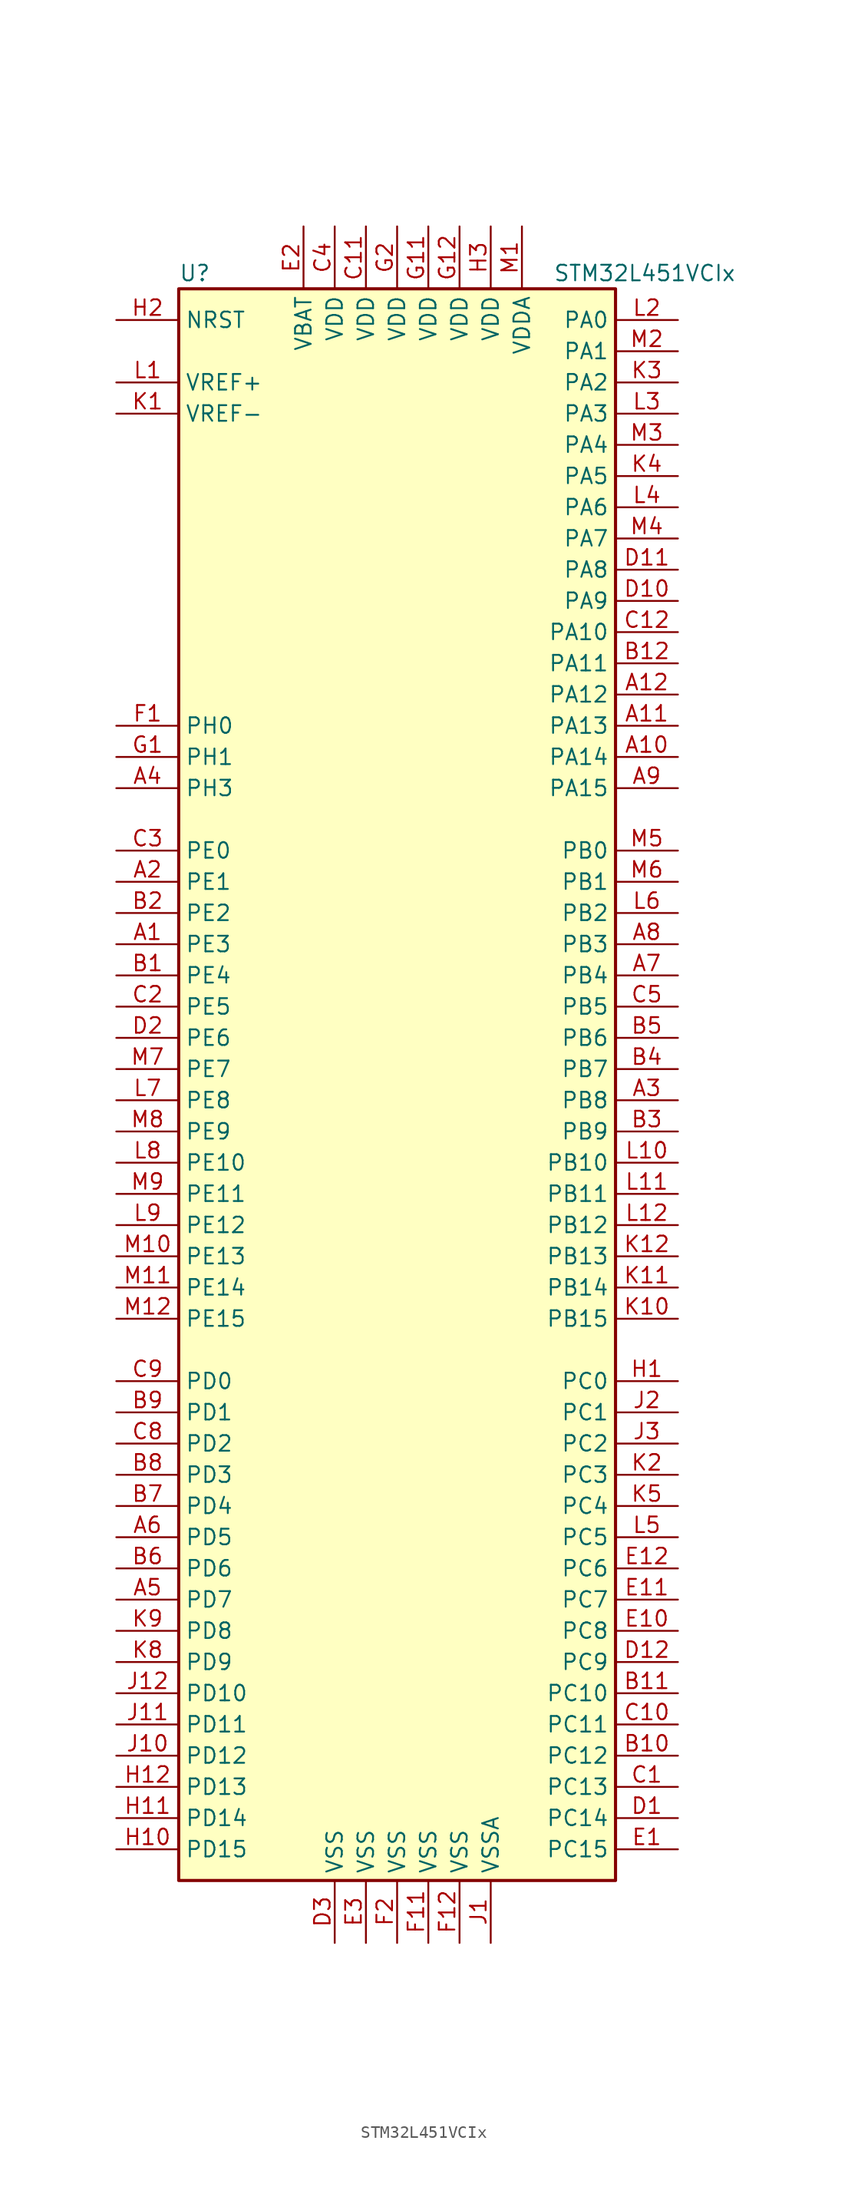
<source format=kicad_sym>
(kicad_symbol_lib
  (version 20201005)
  (generator kicad_symbol_editor)
  (symbol "STM32L451VCIx"
    (property "Reference" "U"
      (at -17.78 64.77 0)
      (effects (font (size 1.27 1.27)) (justify left)))
    (property "Value" "STM32L451VCIx"
      (at 12.7 64.77 0)
      (effects (font (size 1.27 1.27)) (justify left)))
    (symbol "STM32L451VCIx_0_1"
      (rectangle (start -17.78 -66.04) (end 17.78 63.5) (stroke (width 0.254)) (fill (type background))))
    (symbol "STM32L451VCIx_1_1"
      (pin bidirectional line (at -22.86 10.16 0) (length 5.08) (name "PE3" (effects (font (size 1.27 1.27)))) (number "A1" (effects (font (size 1.27 1.27)))))
      (pin bidirectional line (at 22.86 25.4 180) (length 5.08) (name "PA14" (effects (font (size 1.27 1.27)))) (number "A10" (effects (font (size 1.27 1.27)))))
      (pin bidirectional line (at 22.86 27.94 180) (length 5.08) (name "PA13" (effects (font (size 1.27 1.27)))) (number "A11" (effects (font (size 1.27 1.27)))))
      (pin bidirectional line (at 22.86 30.48 180) (length 5.08) (name "PA12" (effects (font (size 1.27 1.27)))) (number "A12" (effects (font (size 1.27 1.27)))))
      (pin bidirectional line (at -22.86 15.24 0) (length 5.08) (name "PE1" (effects (font (size 1.27 1.27)))) (number "A2" (effects (font (size 1.27 1.27)))))
      (pin bidirectional line (at 22.86 -2.54 180) (length 5.08) (name "PB8" (effects (font (size 1.27 1.27)))) (number "A3" (effects (font (size 1.27 1.27)))))
      (pin bidirectional line (at -22.86 22.86 0) (length 5.08) (name "PH3" (effects (font (size 1.27 1.27)))) (number "A4" (effects (font (size 1.27 1.27)))))
      (pin bidirectional line (at -22.86 -43.18 0) (length 5.08) (name "PD7" (effects (font (size 1.27 1.27)))) (number "A5" (effects (font (size 1.27 1.27)))))
      (pin bidirectional line (at -22.86 -38.1 0) (length 5.08) (name "PD5" (effects (font (size 1.27 1.27)))) (number "A6" (effects (font (size 1.27 1.27)))))
      (pin bidirectional line (at 22.86 7.62 180) (length 5.08) (name "PB4" (effects (font (size 1.27 1.27)))) (number "A7" (effects (font (size 1.27 1.27)))))
      (pin bidirectional line (at 22.86 10.16 180) (length 5.08) (name "PB3" (effects (font (size 1.27 1.27)))) (number "A8" (effects (font (size 1.27 1.27)))))
      (pin bidirectional line (at 22.86 22.86 180) (length 5.08) (name "PA15" (effects (font (size 1.27 1.27)))) (number "A9" (effects (font (size 1.27 1.27)))))
      (pin bidirectional line (at -22.86 7.62 0) (length 5.08) (name "PE4" (effects (font (size 1.27 1.27)))) (number "B1" (effects (font (size 1.27 1.27)))))
      (pin bidirectional line (at 22.86 -55.88 180) (length 5.08) (name "PC12" (effects (font (size 1.27 1.27)))) (number "B10" (effects (font (size 1.27 1.27)))))
      (pin bidirectional line (at 22.86 -50.8 180) (length 5.08) (name "PC10" (effects (font (size 1.27 1.27)))) (number "B11" (effects (font (size 1.27 1.27)))))
      (pin bidirectional line (at 22.86 33.02 180) (length 5.08) (name "PA11" (effects (font (size 1.27 1.27)))) (number "B12" (effects (font (size 1.27 1.27)))))
      (pin bidirectional line (at -22.86 12.7 0) (length 5.08) (name "PE2" (effects (font (size 1.27 1.27)))) (number "B2" (effects (font (size 1.27 1.27)))))
      (pin bidirectional line (at 22.86 -5.08 180) (length 5.08) (name "PB9" (effects (font (size 1.27 1.27)))) (number "B3" (effects (font (size 1.27 1.27)))))
      (pin bidirectional line (at 22.86 0 180) (length 5.08) (name "PB7" (effects (font (size 1.27 1.27)))) (number "B4" (effects (font (size 1.27 1.27)))))
      (pin bidirectional line (at 22.86 2.54 180) (length 5.08) (name "PB6" (effects (font (size 1.27 1.27)))) (number "B5" (effects (font (size 1.27 1.27)))))
      (pin bidirectional line (at -22.86 -40.64 0) (length 5.08) (name "PD6" (effects (font (size 1.27 1.27)))) (number "B6" (effects (font (size 1.27 1.27)))))
      (pin bidirectional line (at -22.86 -35.56 0) (length 5.08) (name "PD4" (effects (font (size 1.27 1.27)))) (number "B7" (effects (font (size 1.27 1.27)))))
      (pin bidirectional line (at -22.86 -33.02 0) (length 5.08) (name "PD3" (effects (font (size 1.27 1.27)))) (number "B8" (effects (font (size 1.27 1.27)))))
      (pin bidirectional line (at -22.86 -27.94 0) (length 5.08) (name "PD1" (effects (font (size 1.27 1.27)))) (number "B9" (effects (font (size 1.27 1.27)))))
      (pin bidirectional line (at 22.86 -58.42 180) (length 5.08) (name "PC13" (effects (font (size 1.27 1.27)))) (number "C1" (effects (font (size 1.27 1.27)))))
      (pin bidirectional line (at 22.86 -53.34 180) (length 5.08) (name "PC11" (effects (font (size 1.27 1.27)))) (number "C10" (effects (font (size 1.27 1.27)))))
      (pin power_in line (at -2.54 68.58 270) (length 5.08) (name "VDD" (effects (font (size 1.27 1.27)))) (number "C11" (effects (font (size 1.27 1.27)))))
      (pin bidirectional line (at 22.86 35.56 180) (length 5.08) (name "PA10" (effects (font (size 1.27 1.27)))) (number "C12" (effects (font (size 1.27 1.27)))))
      (pin bidirectional line (at -22.86 5.08 0) (length 5.08) (name "PE5" (effects (font (size 1.27 1.27)))) (number "C2" (effects (font (size 1.27 1.27)))))
      (pin bidirectional line (at -22.86 17.78 0) (length 5.08) (name "PE0" (effects (font (size 1.27 1.27)))) (number "C3" (effects (font (size 1.27 1.27)))))
      (pin power_in line (at -5.08 68.58 270) (length 5.08) (name "VDD" (effects (font (size 1.27 1.27)))) (number "C4" (effects (font (size 1.27 1.27)))))
      (pin bidirectional line (at 22.86 5.08 180) (length 5.08) (name "PB5" (effects (font (size 1.27 1.27)))) (number "C5" (effects (font (size 1.27 1.27)))))
      (pin bidirectional line (at -22.86 -30.48 0) (length 5.08) (name "PD2" (effects (font (size 1.27 1.27)))) (number "C8" (effects (font (size 1.27 1.27)))))
      (pin bidirectional line (at -22.86 -25.4 0) (length 5.08) (name "PD0" (effects (font (size 1.27 1.27)))) (number "C9" (effects (font (size 1.27 1.27)))))
      (pin bidirectional line (at 22.86 -60.96 180) (length 5.08) (name "PC14" (effects (font (size 1.27 1.27)))) (number "D1" (effects (font (size 1.27 1.27)))))
      (pin bidirectional line (at 22.86 38.1 180) (length 5.08) (name "PA9" (effects (font (size 1.27 1.27)))) (number "D10" (effects (font (size 1.27 1.27)))))
      (pin bidirectional line (at 22.86 40.64 180) (length 5.08) (name "PA8" (effects (font (size 1.27 1.27)))) (number "D11" (effects (font (size 1.27 1.27)))))
      (pin bidirectional line (at 22.86 -48.26 180) (length 5.08) (name "PC9" (effects (font (size 1.27 1.27)))) (number "D12" (effects (font (size 1.27 1.27)))))
      (pin bidirectional line (at -22.86 2.54 0) (length 5.08) (name "PE6" (effects (font (size 1.27 1.27)))) (number "D2" (effects (font (size 1.27 1.27)))))
      (pin power_in line (at -5.08 -71.12 90) (length 5.08) (name "VSS" (effects (font (size 1.27 1.27)))) (number "D3" (effects (font (size 1.27 1.27)))))
      (pin bidirectional line (at 22.86 -63.5 180) (length 5.08) (name "PC15" (effects (font (size 1.27 1.27)))) (number "E1" (effects (font (size 1.27 1.27)))))
      (pin bidirectional line (at 22.86 -45.72 180) (length 5.08) (name "PC8" (effects (font (size 1.27 1.27)))) (number "E10" (effects (font (size 1.27 1.27)))))
      (pin bidirectional line (at 22.86 -43.18 180) (length 5.08) (name "PC7" (effects (font (size 1.27 1.27)))) (number "E11" (effects (font (size 1.27 1.27)))))
      (pin bidirectional line (at 22.86 -40.64 180) (length 5.08) (name "PC6" (effects (font (size 1.27 1.27)))) (number "E12" (effects (font (size 1.27 1.27)))))
      (pin power_in line (at -7.62 68.58 270) (length 5.08) (name "VBAT" (effects (font (size 1.27 1.27)))) (number "E2" (effects (font (size 1.27 1.27)))))
      (pin power_in line (at -2.54 -71.12 90) (length 5.08) (name "VSS" (effects (font (size 1.27 1.27)))) (number "E3" (effects (font (size 1.27 1.27)))))
      (pin input line (at -22.86 27.94 0) (length 5.08) (name "PH0" (effects (font (size 1.27 1.27)))) (number "F1" (effects (font (size 1.27 1.27)))))
      (pin power_in line (at 2.54 -71.12 90) (length 5.08) (name "VSS" (effects (font (size 1.27 1.27)))) (number "F11" (effects (font (size 1.27 1.27)))))
      (pin power_in line (at 5.08 -71.12 90) (length 5.08) (name "VSS" (effects (font (size 1.27 1.27)))) (number "F12" (effects (font (size 1.27 1.27)))))
      (pin power_in line (at 0 -71.12 90) (length 5.08) (name "VSS" (effects (font (size 1.27 1.27)))) (number "F2" (effects (font (size 1.27 1.27)))))
      (pin input line (at -22.86 25.4 0) (length 5.08) (name "PH1" (effects (font (size 1.27 1.27)))) (number "G1" (effects (font (size 1.27 1.27)))))
      (pin power_in line (at 2.54 68.58 270) (length 5.08) (name "VDD" (effects (font (size 1.27 1.27)))) (number "G11" (effects (font (size 1.27 1.27)))))
      (pin power_in line (at 5.08 68.58 270) (length 5.08) (name "VDD" (effects (font (size 1.27 1.27)))) (number "G12" (effects (font (size 1.27 1.27)))))
      (pin power_in line (at 0 68.58 270) (length 5.08) (name "VDD" (effects (font (size 1.27 1.27)))) (number "G2" (effects (font (size 1.27 1.27)))))
      (pin bidirectional line (at 22.86 -25.4 180) (length 5.08) (name "PC0" (effects (font (size 1.27 1.27)))) (number "H1" (effects (font (size 1.27 1.27)))))
      (pin bidirectional line (at -22.86 -63.5 0) (length 5.08) (name "PD15" (effects (font (size 1.27 1.27)))) (number "H10" (effects (font (size 1.27 1.27)))))
      (pin bidirectional line (at -22.86 -60.96 0) (length 5.08) (name "PD14" (effects (font (size 1.27 1.27)))) (number "H11" (effects (font (size 1.27 1.27)))))
      (pin bidirectional line (at -22.86 -58.42 0) (length 5.08) (name "PD13" (effects (font (size 1.27 1.27)))) (number "H12" (effects (font (size 1.27 1.27)))))
      (pin input line (at -22.86 60.96 0) (length 5.08) (name "NRST" (effects (font (size 1.27 1.27)))) (number "H2" (effects (font (size 1.27 1.27)))))
      (pin power_in line (at 7.62 68.58 270) (length 5.08) (name "VDD" (effects (font (size 1.27 1.27)))) (number "H3" (effects (font (size 1.27 1.27)))))
      (pin power_in line (at 7.62 -71.12 90) (length 5.08) (name "VSSA" (effects (font (size 1.27 1.27)))) (number "J1" (effects (font (size 1.27 1.27)))))
      (pin bidirectional line (at -22.86 -55.88 0) (length 5.08) (name "PD12" (effects (font (size 1.27 1.27)))) (number "J10" (effects (font (size 1.27 1.27)))))
      (pin bidirectional line (at -22.86 -53.34 0) (length 5.08) (name "PD11" (effects (font (size 1.27 1.27)))) (number "J11" (effects (font (size 1.27 1.27)))))
      (pin bidirectional line (at -22.86 -50.8 0) (length 5.08) (name "PD10" (effects (font (size 1.27 1.27)))) (number "J12" (effects (font (size 1.27 1.27)))))
      (pin bidirectional line (at 22.86 -27.94 180) (length 5.08) (name "PC1" (effects (font (size 1.27 1.27)))) (number "J2" (effects (font (size 1.27 1.27)))))
      (pin bidirectional line (at 22.86 -30.48 180) (length 5.08) (name "PC2" (effects (font (size 1.27 1.27)))) (number "J3" (effects (font (size 1.27 1.27)))))
      (pin power_in line (at -22.86 53.34 0) (length 5.08) (name "VREF-" (effects (font (size 1.27 1.27)))) (number "K1" (effects (font (size 1.27 1.27)))))
      (pin bidirectional line (at 22.86 -20.32 180) (length 5.08) (name "PB15" (effects (font (size 1.27 1.27)))) (number "K10" (effects (font (size 1.27 1.27)))))
      (pin bidirectional line (at 22.86 -17.78 180) (length 5.08) (name "PB14" (effects (font (size 1.27 1.27)))) (number "K11" (effects (font (size 1.27 1.27)))))
      (pin bidirectional line (at 22.86 -15.24 180) (length 5.08) (name "PB13" (effects (font (size 1.27 1.27)))) (number "K12" (effects (font (size 1.27 1.27)))))
      (pin bidirectional line (at 22.86 -33.02 180) (length 5.08) (name "PC3" (effects (font (size 1.27 1.27)))) (number "K2" (effects (font (size 1.27 1.27)))))
      (pin bidirectional line (at 22.86 55.88 180) (length 5.08) (name "PA2" (effects (font (size 1.27 1.27)))) (number "K3" (effects (font (size 1.27 1.27)))))
      (pin bidirectional line (at 22.86 48.26 180) (length 5.08) (name "PA5" (effects (font (size 1.27 1.27)))) (number "K4" (effects (font (size 1.27 1.27)))))
      (pin bidirectional line (at 22.86 -35.56 180) (length 5.08) (name "PC4" (effects (font (size 1.27 1.27)))) (number "K5" (effects (font (size 1.27 1.27)))))
      (pin bidirectional line (at -22.86 -48.26 0) (length 5.08) (name "PD9" (effects (font (size 1.27 1.27)))) (number "K8" (effects (font (size 1.27 1.27)))))
      (pin bidirectional line (at -22.86 -45.72 0) (length 5.08) (name "PD8" (effects (font (size 1.27 1.27)))) (number "K9" (effects (font (size 1.27 1.27)))))
      (pin bidirectional line (at -22.86 55.88 0) (length 5.08) (name "VREF+" (effects (font (size 1.27 1.27)))) (number "L1" (effects (font (size 1.27 1.27)))))
      (pin bidirectional line (at 22.86 -7.62 180) (length 5.08) (name "PB10" (effects (font (size 1.27 1.27)))) (number "L10" (effects (font (size 1.27 1.27)))))
      (pin bidirectional line (at 22.86 -10.16 180) (length 5.08) (name "PB11" (effects (font (size 1.27 1.27)))) (number "L11" (effects (font (size 1.27 1.27)))))
      (pin bidirectional line (at 22.86 -12.7 180) (length 5.08) (name "PB12" (effects (font (size 1.27 1.27)))) (number "L12" (effects (font (size 1.27 1.27)))))
      (pin bidirectional line (at 22.86 60.96 180) (length 5.08) (name "PA0" (effects (font (size 1.27 1.27)))) (number "L2" (effects (font (size 1.27 1.27)))))
      (pin bidirectional line (at 22.86 53.34 180) (length 5.08) (name "PA3" (effects (font (size 1.27 1.27)))) (number "L3" (effects (font (size 1.27 1.27)))))
      (pin bidirectional line (at 22.86 45.72 180) (length 5.08) (name "PA6" (effects (font (size 1.27 1.27)))) (number "L4" (effects (font (size 1.27 1.27)))))
      (pin bidirectional line (at 22.86 -38.1 180) (length 5.08) (name "PC5" (effects (font (size 1.27 1.27)))) (number "L5" (effects (font (size 1.27 1.27)))))
      (pin bidirectional line (at 22.86 12.7 180) (length 5.08) (name "PB2" (effects (font (size 1.27 1.27)))) (number "L6" (effects (font (size 1.27 1.27)))))
      (pin bidirectional line (at -22.86 -2.54 0) (length 5.08) (name "PE8" (effects (font (size 1.27 1.27)))) (number "L7" (effects (font (size 1.27 1.27)))))
      (pin bidirectional line (at -22.86 -7.62 0) (length 5.08) (name "PE10" (effects (font (size 1.27 1.27)))) (number "L8" (effects (font (size 1.27 1.27)))))
      (pin bidirectional line (at -22.86 -12.7 0) (length 5.08) (name "PE12" (effects (font (size 1.27 1.27)))) (number "L9" (effects (font (size 1.27 1.27)))))
      (pin power_in line (at 10.16 68.58 270) (length 5.08) (name "VDDA" (effects (font (size 1.27 1.27)))) (number "M1" (effects (font (size 1.27 1.27)))))
      (pin bidirectional line (at -22.86 -15.24 0) (length 5.08) (name "PE13" (effects (font (size 1.27 1.27)))) (number "M10" (effects (font (size 1.27 1.27)))))
      (pin bidirectional line (at -22.86 -17.78 0) (length 5.08) (name "PE14" (effects (font (size 1.27 1.27)))) (number "M11" (effects (font (size 1.27 1.27)))))
      (pin bidirectional line (at -22.86 -20.32 0) (length 5.08) (name "PE15" (effects (font (size 1.27 1.27)))) (number "M12" (effects (font (size 1.27 1.27)))))
      (pin bidirectional line (at 22.86 58.42 180) (length 5.08) (name "PA1" (effects (font (size 1.27 1.27)))) (number "M2" (effects (font (size 1.27 1.27)))))
      (pin bidirectional line (at 22.86 50.8 180) (length 5.08) (name "PA4" (effects (font (size 1.27 1.27)))) (number "M3" (effects (font (size 1.27 1.27)))))
      (pin bidirectional line (at 22.86 43.18 180) (length 5.08) (name "PA7" (effects (font (size 1.27 1.27)))) (number "M4" (effects (font (size 1.27 1.27)))))
      (pin bidirectional line (at 22.86 17.78 180) (length 5.08) (name "PB0" (effects (font (size 1.27 1.27)))) (number "M5" (effects (font (size 1.27 1.27)))))
      (pin bidirectional line (at 22.86 15.24 180) (length 5.08) (name "PB1" (effects (font (size 1.27 1.27)))) (number "M6" (effects (font (size 1.27 1.27)))))
      (pin bidirectional line (at -22.86 0 0) (length 5.08) (name "PE7" (effects (font (size 1.27 1.27)))) (number "M7" (effects (font (size 1.27 1.27)))))
      (pin bidirectional line (at -22.86 -5.08 0) (length 5.08) (name "PE9" (effects (font (size 1.27 1.27)))) (number "M8" (effects (font (size 1.27 1.27)))))
      (pin bidirectional line (at -22.86 -10.16 0) (length 5.08) (name "PE11" (effects (font (size 1.27 1.27)))) (number "M9" (effects (font (size 1.27 1.27))))))))
</source>
